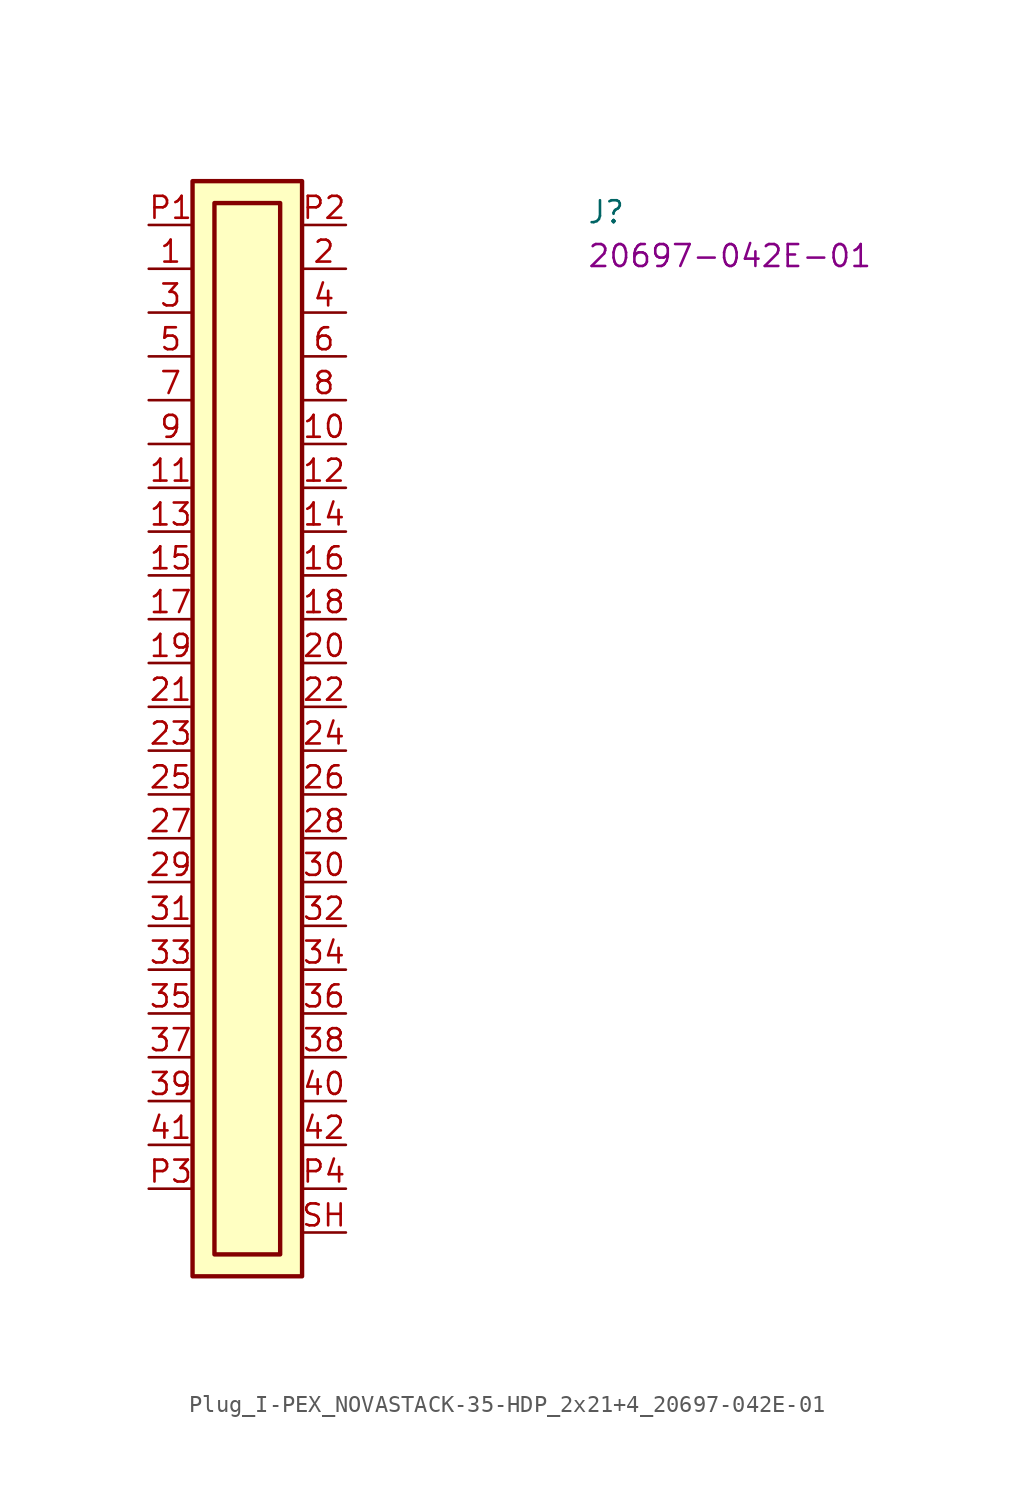
<source format=kicad_sym>
(kicad_symbol_lib
  (version 20220914)
  (generator kicad_symbol_editor)
  (symbol "Plug_I-PEX_NOVASTACK-35-HDP_2x21+4_20697-042E-01"
    (property "Reference" "J"
      (at 25.4 0 0)
      (effects (font (size 1.27 1.27) (thickness 0.15)) (justify left bottom)))
    (property "MPN" "20697-042E-01"
      (at 25.4 -2.54 0)
      (effects (font (size 1.27 1.27) (thickness 0.15)) (justify left bottom)))
    (symbol "Plug_I-PEX_NOVASTACK-35-HDP_2x21+4_20697-042E-01_1_1"
      (rectangle (start 2.54 2.54) (end 8.89 -60.96) (stroke (width 0.254) (type default)) (fill (type background)))
      (rectangle (start 3.81 1.27) (end 7.62 -59.69) (stroke (width 0.254) (type default)) (fill (type background)))
      (pin passive line (at 0 -2.54 0) (length 2.54) (name "~" (effects (font (size 1.27 1.27)))) (number "1" (effects (font (size 1.27 1.27)))))
      (pin passive line (at 11.43 -12.7 180) (length 2.54) (name "~" (effects (font (size 1.27 1.27)))) (number "10" (effects (font (size 1.27 1.27)))))
      (pin passive line (at 0 -15.24 0) (length 2.54) (name "~" (effects (font (size 1.27 1.27)))) (number "11" (effects (font (size 1.27 1.27)))))
      (pin passive line (at 11.43 -15.24 180) (length 2.54) (name "~" (effects (font (size 1.27 1.27)))) (number "12" (effects (font (size 1.27 1.27)))))
      (pin passive line (at 0 -17.78 0) (length 2.54) (name "~" (effects (font (size 1.27 1.27)))) (number "13" (effects (font (size 1.27 1.27)))))
      (pin passive line (at 11.43 -17.78 180) (length 2.54) (name "~" (effects (font (size 1.27 1.27)))) (number "14" (effects (font (size 1.27 1.27)))))
      (pin passive line (at 0 -20.32 0) (length 2.54) (name "~" (effects (font (size 1.27 1.27)))) (number "15" (effects (font (size 1.27 1.27)))))
      (pin passive line (at 11.43 -20.32 180) (length 2.54) (name "~" (effects (font (size 1.27 1.27)))) (number "16" (effects (font (size 1.27 1.27)))))
      (pin passive line (at 0 -22.86 0) (length 2.54) (name "~" (effects (font (size 1.27 1.27)))) (number "17" (effects (font (size 1.27 1.27)))))
      (pin passive line (at 11.43 -22.86 180) (length 2.54) (name "~" (effects (font (size 1.27 1.27)))) (number "18" (effects (font (size 1.27 1.27)))))
      (pin passive line (at 0 -25.4 0) (length 2.54) (name "~" (effects (font (size 1.27 1.27)))) (number "19" (effects (font (size 1.27 1.27)))))
      (pin passive line (at 11.43 -2.54 180) (length 2.54) (name "~" (effects (font (size 1.27 1.27)))) (number "2" (effects (font (size 1.27 1.27)))))
      (pin passive line (at 11.43 -25.4 180) (length 2.54) (name "~" (effects (font (size 1.27 1.27)))) (number "20" (effects (font (size 1.27 1.27)))))
      (pin passive line (at 0 -27.94 0) (length 2.54) (name "~" (effects (font (size 1.27 1.27)))) (number "21" (effects (font (size 1.27 1.27)))))
      (pin passive line (at 11.43 -27.94 180) (length 2.54) (name "~" (effects (font (size 1.27 1.27)))) (number "22" (effects (font (size 1.27 1.27)))))
      (pin passive line (at 0 -30.48 0) (length 2.54) (name "~" (effects (font (size 1.27 1.27)))) (number "23" (effects (font (size 1.27 1.27)))))
      (pin passive line (at 11.43 -30.48 180) (length 2.54) (name "~" (effects (font (size 1.27 1.27)))) (number "24" (effects (font (size 1.27 1.27)))))
      (pin passive line (at 0 -33.02 0) (length 2.54) (name "~" (effects (font (size 1.27 1.27)))) (number "25" (effects (font (size 1.27 1.27)))))
      (pin passive line (at 11.43 -33.02 180) (length 2.54) (name "~" (effects (font (size 1.27 1.27)))) (number "26" (effects (font (size 1.27 1.27)))))
      (pin passive line (at 0 -35.56 0) (length 2.54) (name "~" (effects (font (size 1.27 1.27)))) (number "27" (effects (font (size 1.27 1.27)))))
      (pin passive line (at 11.43 -35.56 180) (length 2.54) (name "~" (effects (font (size 1.27 1.27)))) (number "28" (effects (font (size 1.27 1.27)))))
      (pin passive line (at 0 -38.1 0) (length 2.54) (name "~" (effects (font (size 1.27 1.27)))) (number "29" (effects (font (size 1.27 1.27)))))
      (pin passive line (at 0 -5.08 0) (length 2.54) (name "~" (effects (font (size 1.27 1.27)))) (number "3" (effects (font (size 1.27 1.27)))))
      (pin passive line (at 11.43 -38.1 180) (length 2.54) (name "~" (effects (font (size 1.27 1.27)))) (number "30" (effects (font (size 1.27 1.27)))))
      (pin passive line (at 0 -40.64 0) (length 2.54) (name "~" (effects (font (size 1.27 1.27)))) (number "31" (effects (font (size 1.27 1.27)))))
      (pin passive line (at 11.43 -40.64 180) (length 2.54) (name "~" (effects (font (size 1.27 1.27)))) (number "32" (effects (font (size 1.27 1.27)))))
      (pin passive line (at 0 -43.18 0) (length 2.54) (name "~" (effects (font (size 1.27 1.27)))) (number "33" (effects (font (size 1.27 1.27)))))
      (pin passive line (at 11.43 -43.18 180) (length 2.54) (name "~" (effects (font (size 1.27 1.27)))) (number "34" (effects (font (size 1.27 1.27)))))
      (pin passive line (at 0 -45.72 0) (length 2.54) (name "~" (effects (font (size 1.27 1.27)))) (number "35" (effects (font (size 1.27 1.27)))))
      (pin passive line (at 11.43 -45.72 180) (length 2.54) (name "~" (effects (font (size 1.27 1.27)))) (number "36" (effects (font (size 1.27 1.27)))))
      (pin passive line (at 0 -48.26 0) (length 2.54) (name "~" (effects (font (size 1.27 1.27)))) (number "37" (effects (font (size 1.27 1.27)))))
      (pin passive line (at 11.43 -48.26 180) (length 2.54) (name "~" (effects (font (size 1.27 1.27)))) (number "38" (effects (font (size 1.27 1.27)))))
      (pin passive line (at 0 -50.8 0) (length 2.54) (name "~" (effects (font (size 1.27 1.27)))) (number "39" (effects (font (size 1.27 1.27)))))
      (pin passive line (at 11.43 -5.08 180) (length 2.54) (name "~" (effects (font (size 1.27 1.27)))) (number "4" (effects (font (size 1.27 1.27)))))
      (pin passive line (at 11.43 -50.8 180) (length 2.54) (name "~" (effects (font (size 1.27 1.27)))) (number "40" (effects (font (size 1.27 1.27)))))
      (pin passive line (at 0 -53.34 0) (length 2.54) (name "~" (effects (font (size 1.27 1.27)))) (number "41" (effects (font (size 1.27 1.27)))))
      (pin passive line (at 11.43 -53.34 180) (length 2.54) (name "~" (effects (font (size 1.27 1.27)))) (number "42" (effects (font (size 1.27 1.27)))))
      (pin passive line (at 0 -7.62 0) (length 2.54) (name "~" (effects (font (size 1.27 1.27)))) (number "5" (effects (font (size 1.27 1.27)))))
      (pin passive line (at 11.43 -7.62 180) (length 2.54) (name "~" (effects (font (size 1.27 1.27)))) (number "6" (effects (font (size 1.27 1.27)))))
      (pin passive line (at 0 -10.16 0) (length 2.54) (name "~" (effects (font (size 1.27 1.27)))) (number "7" (effects (font (size 1.27 1.27)))))
      (pin passive line (at 11.43 -10.16 180) (length 2.54) (name "~" (effects (font (size 1.27 1.27)))) (number "8" (effects (font (size 1.27 1.27)))))
      (pin passive line (at 0 -12.7 0) (length 2.54) (name "~" (effects (font (size 1.27 1.27)))) (number "9" (effects (font (size 1.27 1.27)))))
      (pin passive line (at 0 0 0) (length 2.54) (name "~" (effects (font (size 1.27 1.27)))) (number "P1" (effects (font (size 1.27 1.27)))))
      (pin passive line (at 11.43 0 180) (length 2.54) (name "~" (effects (font (size 1.27 1.27)))) (number "P2" (effects (font (size 1.27 1.27)))))
      (pin passive line (at 0 -55.88 0) (length 2.54) (name "~" (effects (font (size 1.27 1.27)))) (number "P3" (effects (font (size 1.27 1.27)))))
      (pin passive line (at 11.43 -55.88 180) (length 2.54) (name "~" (effects (font (size 1.27 1.27)))) (number "P4" (effects (font (size 1.27 1.27)))))
      (pin passive line (at 11.43 -58.42 180) (length 2.54) (name "~" (effects (font (size 1.27 1.27)))) (number "SH" (effects (font (size 1.27 1.27))))))))
</source>
